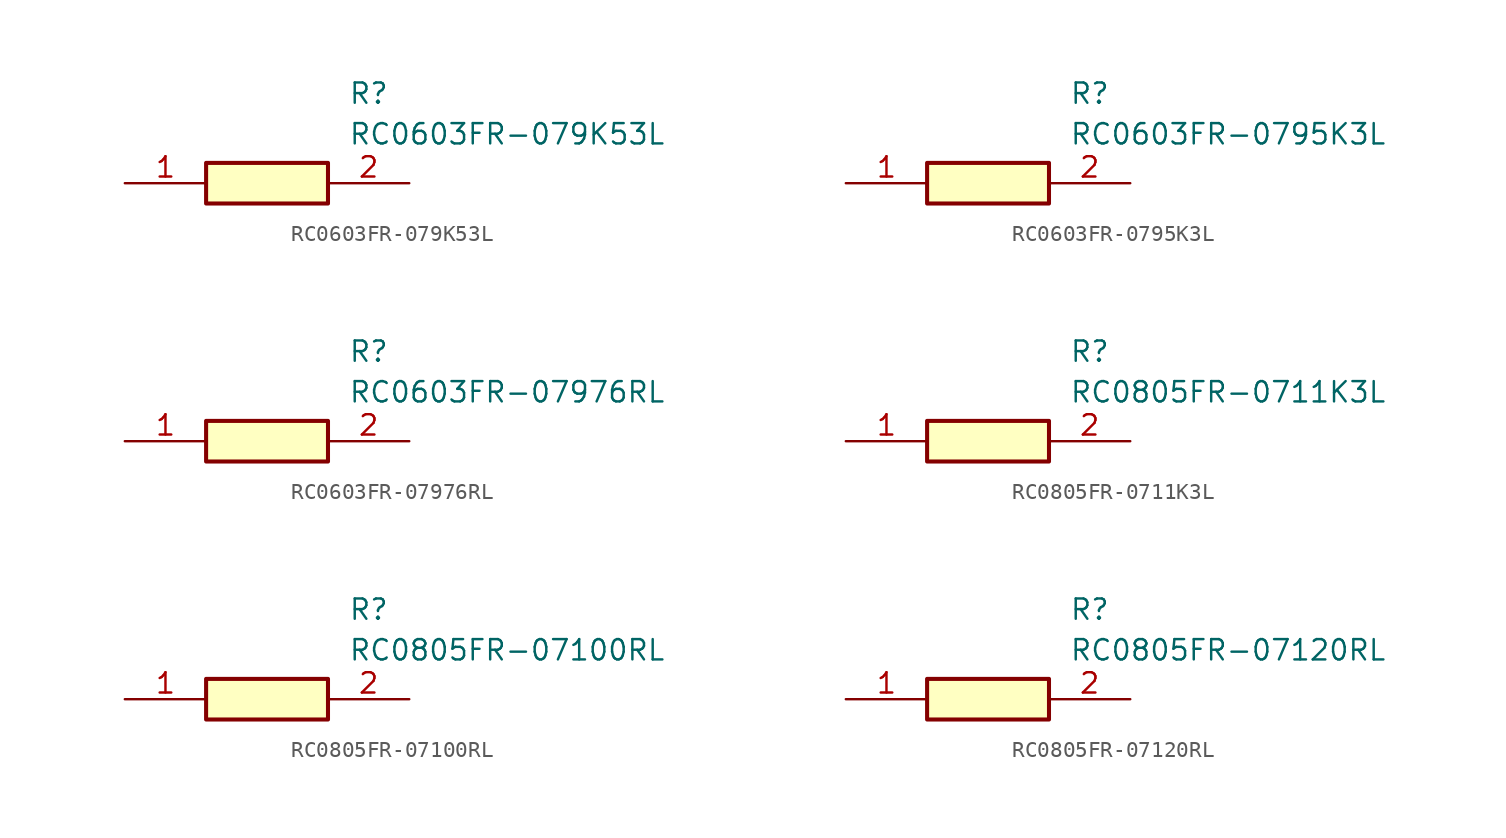
<source format=kicad_sym>
(kicad_symbol_lib
  (version 20231120)
  (generator "kicad_symbol_editor")
  (generator_version "8.0")
  (symbol "RC0603FR-079K53L"
    (pin_names hide)
    (property "Reference" "R"
      (at 13.97 6.35 0)
      (effects (font (size 1.27 1.27)) (justify left top)))
    (property "Value" "RC0603FR-079K53L"
      (at 13.97 3.81 0)
      (effects (font (size 1.27 1.27)) (justify left top)))
    (symbol "RC0603FR-079K53L_1_1"
      (rectangle (start 5.08 1.27) (end 12.7 -1.27) (stroke (width 0.254) (type default)) (fill (type background)))
      (pin passive line (at 0 0 0) (length 5.08) (name "1" (effects (font (size 1.27 1.27)))) (number "1" (effects (font (size 1.27 1.27)))))
      (pin passive line (at 17.78 0 180) (length 5.08) (name "2" (effects (font (size 1.27 1.27)))) (number "2" (effects (font (size 1.27 1.27)))))))
  (symbol "RC0603FR-0795K3L"
    (pin_names hide)
    (property "Reference" "R"
      (at 13.97 6.35 0)
      (effects (font (size 1.27 1.27)) (justify left top)))
    (property "Value" "RC0603FR-0795K3L"
      (at 13.97 3.81 0)
      (effects (font (size 1.27 1.27)) (justify left top)))
    (symbol "RC0603FR-0795K3L_1_1"
      (rectangle (start 5.08 1.27) (end 12.7 -1.27) (stroke (width 0.254) (type default)) (fill (type background)))
      (pin passive line (at 0 0 0) (length 5.08) (name "1" (effects (font (size 1.27 1.27)))) (number "1" (effects (font (size 1.27 1.27)))))
      (pin passive line (at 17.78 0 180) (length 5.08) (name "2" (effects (font (size 1.27 1.27)))) (number "2" (effects (font (size 1.27 1.27)))))))
  (symbol "RC0603FR-07976RL"
    (pin_names hide)
    (property "Reference" "R"
      (at 13.97 6.35 0)
      (effects (font (size 1.27 1.27)) (justify left top)))
    (property "Value" "RC0603FR-07976RL"
      (at 13.97 3.81 0)
      (effects (font (size 1.27 1.27)) (justify left top)))
    (symbol "RC0603FR-07976RL_1_1"
      (rectangle (start 5.08 1.27) (end 12.7 -1.27) (stroke (width 0.254) (type default)) (fill (type background)))
      (pin passive line (at 0 0 0) (length 5.08) (name "1" (effects (font (size 1.27 1.27)))) (number "1" (effects (font (size 1.27 1.27)))))
      (pin passive line (at 17.78 0 180) (length 5.08) (name "2" (effects (font (size 1.27 1.27)))) (number "2" (effects (font (size 1.27 1.27)))))))
  (symbol "RC0805FR-0711K3L"
    (pin_names hide)
    (property "Reference" "R"
      (at 13.97 6.35 0)
      (effects (font (size 1.27 1.27)) (justify left top)))
    (property "Value" "RC0805FR-0711K3L"
      (at 13.97 3.81 0)
      (effects (font (size 1.27 1.27)) (justify left top)))
    (symbol "RC0805FR-0711K3L_1_1"
      (rectangle (start 5.08 1.27) (end 12.7 -1.27) (stroke (width 0.254) (type default)) (fill (type background)))
      (pin passive line (at 0 0 0) (length 5.08) (name "1" (effects (font (size 1.27 1.27)))) (number "1" (effects (font (size 1.27 1.27)))))
      (pin passive line (at 17.78 0 180) (length 5.08) (name "2" (effects (font (size 1.27 1.27)))) (number "2" (effects (font (size 1.27 1.27)))))))
  (symbol "RC0805FR-07100RL"
    (pin_names hide)
    (property "Reference" "R"
      (at 13.97 6.35 0)
      (effects (font (size 1.27 1.27)) (justify left top)))
    (property "Value" "RC0805FR-07100RL"
      (at 13.97 3.81 0)
      (effects (font (size 1.27 1.27)) (justify left top)))
    (symbol "RC0805FR-07100RL_1_1"
      (rectangle (start 5.08 1.27) (end 12.7 -1.27) (stroke (width 0.254) (type default)) (fill (type background)))
      (pin passive line (at 0 0 0) (length 5.08) (name "1" (effects (font (size 1.27 1.27)))) (number "1" (effects (font (size 1.27 1.27)))))
      (pin passive line (at 17.78 0 180) (length 5.08) (name "2" (effects (font (size 1.27 1.27)))) (number "2" (effects (font (size 1.27 1.27)))))))
  (symbol "RC0805FR-07120RL"
    (pin_names hide)
    (property "Reference" "R"
      (at 13.97 6.35 0)
      (effects (font (size 1.27 1.27)) (justify left top)))
    (property "Value" "RC0805FR-07120RL"
      (at 13.97 3.81 0)
      (effects (font (size 1.27 1.27)) (justify left top)))
    (symbol "RC0805FR-07120RL_1_1"
      (rectangle (start 5.08 1.27) (end 12.7 -1.27) (stroke (width 0.254) (type default)) (fill (type background)))
      (pin passive line (at 0 0 0) (length 5.08) (name "1" (effects (font (size 1.27 1.27)))) (number "1" (effects (font (size 1.27 1.27)))))
      (pin passive line (at 17.78 0 180) (length 5.08) (name "2" (effects (font (size 1.27 1.27)))) (number "2" (effects (font (size 1.27 1.27))))))))
</source>
